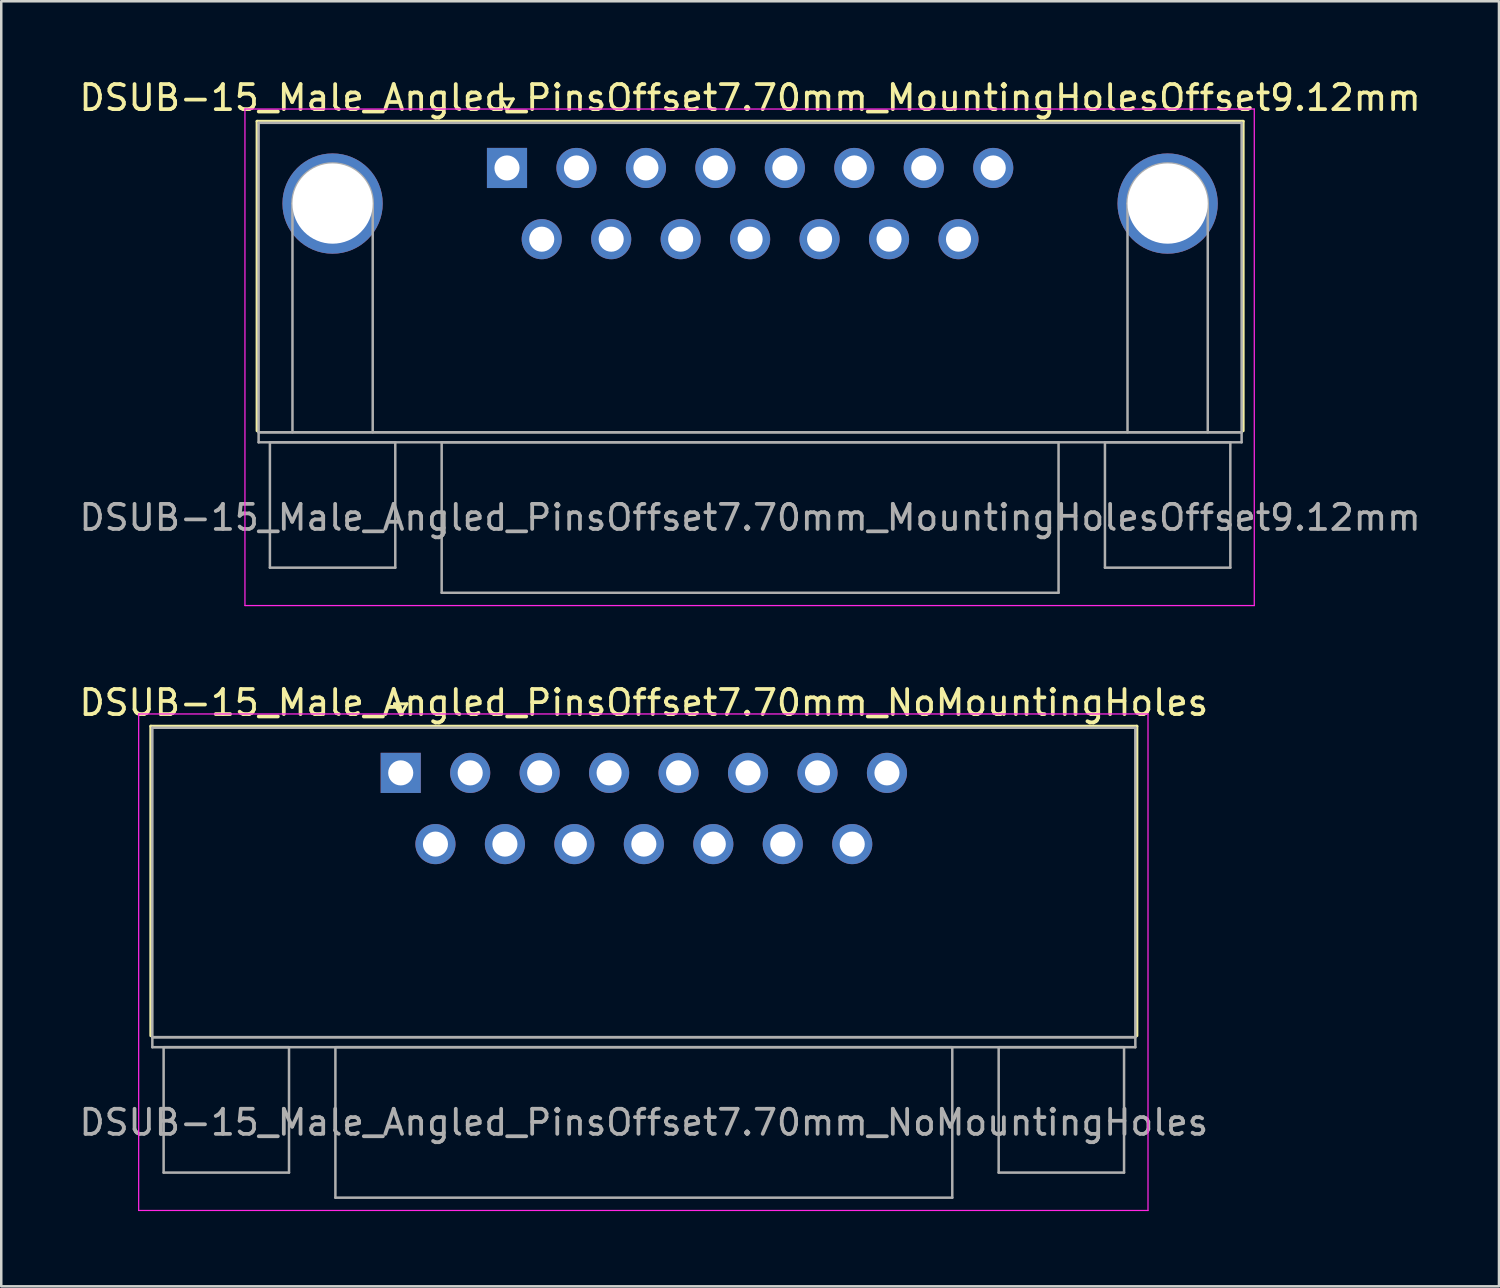
<source format=kicad_pcb>
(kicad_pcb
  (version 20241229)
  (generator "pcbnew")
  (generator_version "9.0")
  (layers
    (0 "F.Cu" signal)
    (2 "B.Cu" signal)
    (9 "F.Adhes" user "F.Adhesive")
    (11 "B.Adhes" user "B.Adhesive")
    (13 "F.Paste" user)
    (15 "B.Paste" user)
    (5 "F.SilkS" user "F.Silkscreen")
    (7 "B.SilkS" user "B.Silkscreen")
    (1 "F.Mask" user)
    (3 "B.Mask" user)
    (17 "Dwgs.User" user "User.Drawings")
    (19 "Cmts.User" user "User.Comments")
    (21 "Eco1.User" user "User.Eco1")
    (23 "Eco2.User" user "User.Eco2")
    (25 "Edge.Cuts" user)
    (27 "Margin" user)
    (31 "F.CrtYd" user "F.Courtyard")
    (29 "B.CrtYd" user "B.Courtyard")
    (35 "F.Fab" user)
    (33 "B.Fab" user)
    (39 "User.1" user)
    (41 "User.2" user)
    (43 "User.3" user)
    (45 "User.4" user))
  (footprint "DSUB-15_Male_Angled_PinsOffset7.70mm_MountingHolesOffset9.12mm"
    (layer "F.Cu")
    (at 17.168 3.648)
    (property "Reference" "DSUB-15_Male_Angled_PinsOffset7.70mm_MountingHolesOffset9.12mm" (at 9.695 -2.8 0) (layer "F.SilkS") (effects (font (size 1 1) (thickness 0.15))))
    (attr through_hole)
    (fp_line (start -9.965 -1.86) (end 29.355 -1.86) (stroke (width 0.12) (type solid)) (layer "F.SilkS"))
    (fp_line (start -9.965 10.48) (end -9.965 -1.86) (stroke (width 0.12) (type solid)) (layer "F.SilkS"))
    (fp_line (start -0.25 -2.754) (end 0.25 -2.754) (stroke (width 0.12) (type solid)) (layer "F.SilkS"))
    (fp_line (start 0 -2.321) (end -0.25 -2.754) (stroke (width 0.12) (type solid)) (layer "F.SilkS"))
    (fp_line (start 0.25 -2.754) (end 0 -2.321) (stroke (width 0.12) (type solid)) (layer "F.SilkS"))
    (fp_line (start 29.355 -1.86) (end 29.355 10.48) (stroke (width 0.12) (type solid)) (layer "F.SilkS"))
    (fp_line (start -10.45 -2.35) (end -10.45 17.45) (stroke (width 0.05) (type solid)) (layer "F.CrtYd"))
    (fp_line (start -10.45 17.45) (end 29.8 17.45) (stroke (width 0.05) (type solid)) (layer "F.CrtYd"))
    (fp_line (start 29.8 -2.35) (end -10.45 -2.35) (stroke (width 0.05) (type solid)) (layer "F.CrtYd"))
    (fp_line (start 29.8 17.45) (end 29.8 -2.35) (stroke (width 0.05) (type solid)) (layer "F.CrtYd"))
    (fp_line (start -9.905 -1.8) (end -9.905 10.54) (stroke (width 0.1) (type solid)) (layer "F.Fab"))
    (fp_line (start -9.905 10.54) (end -9.905 10.94) (stroke (width 0.1) (type solid)) (layer "F.Fab"))
    (fp_line (start -9.905 10.54) (end 29.295 10.54) (stroke (width 0.1) (type solid)) (layer "F.Fab"))
    (fp_line (start -9.905 10.94) (end 29.295 10.94) (stroke (width 0.1) (type solid)) (layer "F.Fab"))
    (fp_line (start -9.455 10.94) (end -9.455 15.94) (stroke (width 0.1) (type solid)) (layer "F.Fab"))
    (fp_line (start -9.455 15.94) (end -4.455 15.94) (stroke (width 0.1) (type solid)) (layer "F.Fab"))
    (fp_line (start -8.555 10.54) (end -8.555 1.42) (stroke (width 0.1) (type solid)) (layer "F.Fab"))
    (fp_line (start -5.355 10.54) (end -5.355 1.42) (stroke (width 0.1) (type solid)) (layer "F.Fab"))
    (fp_line (start -4.455 10.94) (end -9.455 10.94) (stroke (width 0.1) (type solid)) (layer "F.Fab"))
    (fp_line (start -4.455 15.94) (end -4.455 10.94) (stroke (width 0.1) (type solid)) (layer "F.Fab"))
    (fp_line (start -2.605 10.94) (end -2.605 16.94) (stroke (width 0.1) (type solid)) (layer "F.Fab"))
    (fp_line (start -2.605 16.94) (end 21.995 16.94) (stroke (width 0.1) (type solid)) (layer "F.Fab"))
    (fp_line (start 21.995 10.94) (end -2.605 10.94) (stroke (width 0.1) (type solid)) (layer "F.Fab"))
    (fp_line (start 21.995 16.94) (end 21.995 10.94) (stroke (width 0.1) (type solid)) (layer "F.Fab"))
    (fp_line (start 23.845 10.94) (end 23.845 15.94) (stroke (width 0.1) (type solid)) (layer "F.Fab"))
    (fp_line (start 23.845 15.94) (end 28.845 15.94) (stroke (width 0.1) (type solid)) (layer "F.Fab"))
    (fp_line (start 24.745 10.54) (end 24.745 1.42) (stroke (width 0.1) (type solid)) (layer "F.Fab"))
    (fp_line (start 27.945 10.54) (end 27.945 1.42) (stroke (width 0.1) (type solid)) (layer "F.Fab"))
    (fp_line (start 28.845 10.94) (end 23.845 10.94) (stroke (width 0.1) (type solid)) (layer "F.Fab"))
    (fp_line (start 28.845 15.94) (end 28.845 10.94) (stroke (width 0.1) (type solid)) (layer "F.Fab"))
    (fp_line (start 29.295 -1.8) (end -9.905 -1.8) (stroke (width 0.1) (type solid)) (layer "F.Fab"))
    (fp_line (start 29.295 10.54) (end -9.905 10.54) (stroke (width 0.1) (type solid)) (layer "F.Fab"))
    (fp_line (start 29.295 10.54) (end 29.295 -1.8) (stroke (width 0.1) (type solid)) (layer "F.Fab"))
    (fp_line (start 29.295 10.94) (end 29.295 10.54) (stroke (width 0.1) (type solid)) (layer "F.Fab"))
    (fp_arc (start -8.555 1.42) (mid -6.955 -0.18) (end -5.355 1.42) (stroke (width 0.1) (type solid)) (layer "F.Fab"))
    (fp_arc (start 24.745 1.42) (mid 26.345 -0.18) (end 27.945 1.42) (stroke (width 0.1) (type solid)) (layer "F.Fab"))
    (fp_text user "${REFERENCE}" (at 9.695 13.94 0) (layer "F.Fab") (effects (font (size 1 1) (thickness 0.15))))
    (pad "0" thru_hole circle (at -6.955 1.42) (size 4 4) (drill 3.2) (layers "*.Cu" "*.Mask"))
    (pad "0" thru_hole circle (at 26.345 1.42) (size 4 4) (drill 3.2) (layers "*.Cu" "*.Mask"))
    (pad "1" thru_hole rect (at 0 0) (size 1.6 1.6) (drill 1) (layers "*.Cu" "*.Mask"))
    (pad "2" thru_hole circle (at 2.77 0) (size 1.6 1.6) (drill 1) (layers "*.Cu" "*.Mask"))
    (pad "3" thru_hole circle (at 5.54 0) (size 1.6 1.6) (drill 1) (layers "*.Cu" "*.Mask"))
    (pad "4" thru_hole circle (at 8.31 0) (size 1.6 1.6) (drill 1) (layers "*.Cu" "*.Mask"))
    (pad "5" thru_hole circle (at 11.08 0) (size 1.6 1.6) (drill 1) (layers "*.Cu" "*.Mask"))
    (pad "6" thru_hole circle (at 13.85 0) (size 1.6 1.6) (drill 1) (layers "*.Cu" "*.Mask"))
    (pad "7" thru_hole circle (at 16.62 0) (size 1.6 1.6) (drill 1) (layers "*.Cu" "*.Mask"))
    (pad "8" thru_hole circle (at 19.39 0) (size 1.6 1.6) (drill 1) (layers "*.Cu" "*.Mask"))
    (pad "9" thru_hole circle (at 1.385 2.84) (size 1.6 1.6) (drill 1) (layers "*.Cu" "*.Mask"))
    (pad "10" thru_hole circle (at 4.155 2.84) (size 1.6 1.6) (drill 1) (layers "*.Cu" "*.Mask"))
    (pad "11" thru_hole circle (at 6.925 2.84) (size 1.6 1.6) (drill 1) (layers "*.Cu" "*.Mask"))
    (pad "12" thru_hole circle (at 9.695 2.84) (size 1.6 1.6) (drill 1) (layers "*.Cu" "*.Mask"))
    (pad "13" thru_hole circle (at 12.465 2.84) (size 1.6 1.6) (drill 1) (layers "*.Cu" "*.Mask"))
    (pad "14" thru_hole circle (at 15.235 2.84) (size 1.6 1.6) (drill 1) (layers "*.Cu" "*.Mask"))
    (pad "15" thru_hole circle (at 18.005 2.84) (size 1.6 1.6) (drill 1) (layers "*.Cu" "*.Mask")))
  (footprint "DSUB-15_Male_Angled_PinsOffset7.70mm_NoMountingHoles"
    (layer "F.Cu")
    (at 12.93 27.771)
    (property "Reference" "DSUB-15_Male_Angled_PinsOffset7.70mm_NoMountingHoles" (at 9.695 -2.8 0) (layer "F.SilkS") (effects (font (size 1 1) (thickness 0.15))))
    (attr through_hole)
    (fp_line (start -9.965 -1.86) (end 29.355 -1.86) (stroke (width 0.12) (type solid)) (layer "F.SilkS"))
    (fp_line (start -9.965 10.48) (end -9.965 -1.86) (stroke (width 0.12) (type solid)) (layer "F.SilkS"))
    (fp_line (start -0.25 -2.754) (end 0.25 -2.754) (stroke (width 0.12) (type solid)) (layer "F.SilkS"))
    (fp_line (start 0 -2.321) (end -0.25 -2.754) (stroke (width 0.12) (type solid)) (layer "F.SilkS"))
    (fp_line (start 0.25 -2.754) (end 0 -2.321) (stroke (width 0.12) (type solid)) (layer "F.SilkS"))
    (fp_line (start 29.355 -1.86) (end 29.355 10.48) (stroke (width 0.12) (type solid)) (layer "F.SilkS"))
    (fp_line (start -10.45 -2.35) (end -10.45 17.45) (stroke (width 0.05) (type solid)) (layer "F.CrtYd"))
    (fp_line (start -10.45 17.45) (end 29.8 17.45) (stroke (width 0.05) (type solid)) (layer "F.CrtYd"))
    (fp_line (start 29.8 -2.35) (end -10.45 -2.35) (stroke (width 0.05) (type solid)) (layer "F.CrtYd"))
    (fp_line (start 29.8 17.45) (end 29.8 -2.35) (stroke (width 0.05) (type solid)) (layer "F.CrtYd"))
    (fp_line (start -9.905 -1.8) (end -9.905 10.54) (stroke (width 0.1) (type solid)) (layer "F.Fab"))
    (fp_line (start -9.905 10.54) (end -9.905 10.94) (stroke (width 0.1) (type solid)) (layer "F.Fab"))
    (fp_line (start -9.905 10.54) (end 29.295 10.54) (stroke (width 0.1) (type solid)) (layer "F.Fab"))
    (fp_line (start -9.905 10.94) (end 29.295 10.94) (stroke (width 0.1) (type solid)) (layer "F.Fab"))
    (fp_line (start -9.455 10.94) (end -9.455 15.94) (stroke (width 0.1) (type solid)) (layer "F.Fab"))
    (fp_line (start -9.455 15.94) (end -4.455 15.94) (stroke (width 0.1) (type solid)) (layer "F.Fab"))
    (fp_line (start -4.455 10.94) (end -9.455 10.94) (stroke (width 0.1) (type solid)) (layer "F.Fab"))
    (fp_line (start -4.455 15.94) (end -4.455 10.94) (stroke (width 0.1) (type solid)) (layer "F.Fab"))
    (fp_line (start -2.605 10.94) (end -2.605 16.94) (stroke (width 0.1) (type solid)) (layer "F.Fab"))
    (fp_line (start -2.605 16.94) (end 21.995 16.94) (stroke (width 0.1) (type solid)) (layer "F.Fab"))
    (fp_line (start 21.995 10.94) (end -2.605 10.94) (stroke (width 0.1) (type solid)) (layer "F.Fab"))
    (fp_line (start 21.995 16.94) (end 21.995 10.94) (stroke (width 0.1) (type solid)) (layer "F.Fab"))
    (fp_line (start 23.845 10.94) (end 23.845 15.94) (stroke (width 0.1) (type solid)) (layer "F.Fab"))
    (fp_line (start 23.845 15.94) (end 28.845 15.94) (stroke (width 0.1) (type solid)) (layer "F.Fab"))
    (fp_line (start 28.845 10.94) (end 23.845 10.94) (stroke (width 0.1) (type solid)) (layer "F.Fab"))
    (fp_line (start 28.845 15.94) (end 28.845 10.94) (stroke (width 0.1) (type solid)) (layer "F.Fab"))
    (fp_line (start 29.295 -1.8) (end -9.905 -1.8) (stroke (width 0.1) (type solid)) (layer "F.Fab"))
    (fp_line (start 29.295 10.54) (end -9.905 10.54) (stroke (width 0.1) (type solid)) (layer "F.Fab"))
    (fp_line (start 29.295 10.54) (end 29.295 -1.8) (stroke (width 0.1) (type solid)) (layer "F.Fab"))
    (fp_line (start 29.295 10.94) (end 29.295 10.54) (stroke (width 0.1) (type solid)) (layer "F.Fab"))
    (fp_text user "${REFERENCE}" (at 9.695 13.94 0) (layer "F.Fab") (effects (font (size 1 1) (thickness 0.15))))
    (pad "1" thru_hole rect (at 0 0) (size 1.6 1.6) (drill 1) (layers "*.Cu" "*.Mask"))
    (pad "2" thru_hole circle (at 2.77 0) (size 1.6 1.6) (drill 1) (layers "*.Cu" "*.Mask"))
    (pad "3" thru_hole circle (at 5.54 0) (size 1.6 1.6) (drill 1) (layers "*.Cu" "*.Mask"))
    (pad "4" thru_hole circle (at 8.31 0) (size 1.6 1.6) (drill 1) (layers "*.Cu" "*.Mask"))
    (pad "5" thru_hole circle (at 11.08 0) (size 1.6 1.6) (drill 1) (layers "*.Cu" "*.Mask"))
    (pad "6" thru_hole circle (at 13.85 0) (size 1.6 1.6) (drill 1) (layers "*.Cu" "*.Mask"))
    (pad "7" thru_hole circle (at 16.62 0) (size 1.6 1.6) (drill 1) (layers "*.Cu" "*.Mask"))
    (pad "8" thru_hole circle (at 19.39 0) (size 1.6 1.6) (drill 1) (layers "*.Cu" "*.Mask"))
    (pad "9" thru_hole circle (at 1.385 2.84) (size 1.6 1.6) (drill 1) (layers "*.Cu" "*.Mask"))
    (pad "10" thru_hole circle (at 4.155 2.84) (size 1.6 1.6) (drill 1) (layers "*.Cu" "*.Mask"))
    (pad "11" thru_hole circle (at 6.925 2.84) (size 1.6 1.6) (drill 1) (layers "*.Cu" "*.Mask"))
    (pad "12" thru_hole circle (at 9.695 2.84) (size 1.6 1.6) (drill 1) (layers "*.Cu" "*.Mask"))
    (pad "13" thru_hole circle (at 12.465 2.84) (size 1.6 1.6) (drill 1) (layers "*.Cu" "*.Mask"))
    (pad "14" thru_hole circle (at 15.235 2.84) (size 1.6 1.6) (drill 1) (layers "*.Cu" "*.Mask"))
    (pad "15" thru_hole circle (at 18.005 2.84) (size 1.6 1.6) (drill 1) (layers "*.Cu" "*.Mask")))
  (gr_rect
    (start -3 -3)
    (end 56.726 48.246)
    (stroke (width 0.1) (type default))
    (fill no)
    (layer "Edge.Cuts")))
</source>
